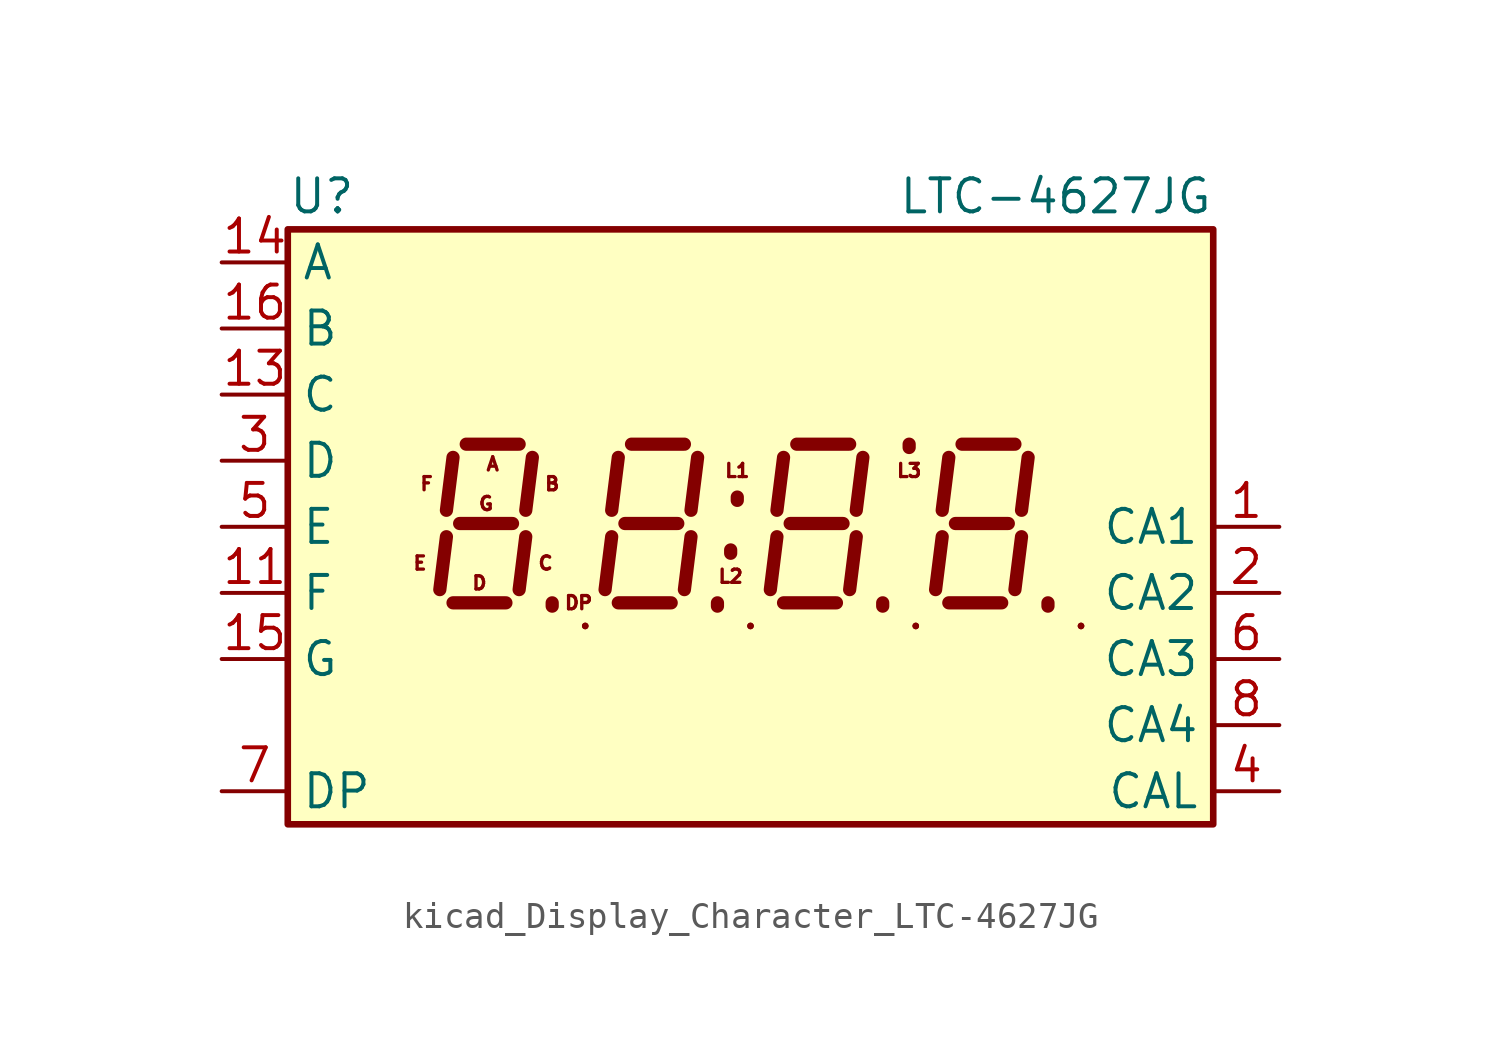
<source format=kicad_sym>
(kicad_symbol_lib
  (version 20220914)
  (generator kicad_symbol_editor)
  (symbol "kicad_Display_Character_LTC-4627JG"
    (property "Reference" "U"
      (at -17.78 12.7 0)
      (effects (font (size 1.27 1.27)) (justify left)))
    (property "Value" "LTC-4627JG"
      (at 17.78 12.7 0)
      (effects (font (size 1.27 1.27)) (justify right)))
    (symbol "kicad_Display_Character_LTC-4627JG_0_1"
      (rectangle (start -17.78 -11.43) (end 17.78 11.43) (stroke (width 0.254) (type default)) (fill (type background)))
      (rectangle (start -6.35 -3.81) (end -6.35 -3.81) (stroke (width 0.254) (type default)) (fill (type none)))
      (rectangle (start 0 -3.81) (end 0 -3.81) (stroke (width 0.254) (type default)) (fill (type none)))
      (polyline (pts (xy -6.35 -3.81) (xy -6.35 -3.81)) (stroke (width 0.254) (type default)) (fill (type none)))
      (polyline (pts (xy 0 -3.81) (xy 0 -3.81)) (stroke (width 0.254) (type default)) (fill (type none)))
      (polyline (pts (xy 6.35 -3.81) (xy 6.35 -3.81)) (stroke (width 0.254) (type default)) (fill (type none)))
      (polyline (pts (xy 12.7 -3.81) (xy 12.7 -3.81)) (stroke (width 0.254) (type default)) (fill (type none)))
      (rectangle (start 6.35 -3.81) (end 6.35 -3.81) (stroke (width 0.254) (type default)) (fill (type none)))
      (rectangle (start 12.7 -3.81) (end 12.7 -3.81) (stroke (width 0.254) (type default)) (fill (type none))))
    (symbol "kicad_Display_Character_LTC-4627JG_1_0"
      (text "A" (at -9.906 2.413 0) (effects (font (size 0.508 0.508))))
      (text "B" (at -7.62 1.651 0) (effects (font (size 0.508 0.508))))
      (text "C" (at -7.874 -1.397 0) (effects (font (size 0.508 0.508))))
      (text "D" (at -10.414 -2.159 0) (effects (font (size 0.508 0.508))))
      (text "DP" (at -6.604 -2.921 0) (effects (font (size 0.508 0.508))))
      (text "E" (at -12.7 -1.397 0) (effects (font (size 0.508 0.508))))
      (text "F" (at -12.446 1.651 0) (effects (font (size 0.508 0.508))))
      (text "G" (at -10.16 0.889 0) (effects (font (size 0.508 0.508))))
      (text "L1" (at -0.508 2.159 0) (effects (font (size 0.508 0.508))))
      (text "L2" (at -0.762 -1.905 0) (effects (font (size 0.508 0.508))))
      (text "L3" (at 6.096 2.159 0) (effects (font (size 0.508 0.508)))))
    (symbol "kicad_Display_Character_LTC-4627JG_1_1"
      (polyline (pts (xy -11.684 -0.381) (xy -11.938 -2.413)) (stroke (width 0.508) (type default)) (fill (type none)))
      (polyline (pts (xy -11.43 -2.921) (xy -9.398 -2.921)) (stroke (width 0.508) (type default)) (fill (type none)))
      (polyline (pts (xy -11.43 2.667) (xy -11.684 0.635)) (stroke (width 0.508) (type default)) (fill (type none)))
      (polyline (pts (xy -11.176 0.127) (xy -9.144 0.127)) (stroke (width 0.508) (type default)) (fill (type none)))
      (polyline (pts (xy -10.922 3.175) (xy -8.89 3.175)) (stroke (width 0.508) (type default)) (fill (type none)))
      (polyline (pts (xy -8.636 -0.381) (xy -8.89 -2.413)) (stroke (width 0.508) (type default)) (fill (type none)))
      (polyline (pts (xy -8.382 2.667) (xy -8.636 0.635)) (stroke (width 0.508) (type default)) (fill (type none)))
      (polyline (pts (xy -7.62 -3.048) (xy -7.62 -2.921)) (stroke (width 0.508) (type default)) (fill (type none)))
      (polyline (pts (xy -5.334 -0.381) (xy -5.588 -2.413)) (stroke (width 0.508) (type default)) (fill (type none)))
      (polyline (pts (xy -5.08 -2.921) (xy -3.048 -2.921)) (stroke (width 0.508) (type default)) (fill (type none)))
      (polyline (pts (xy -5.08 2.667) (xy -5.334 0.635)) (stroke (width 0.508) (type default)) (fill (type none)))
      (polyline (pts (xy -4.826 0.127) (xy -2.794 0.127)) (stroke (width 0.508) (type default)) (fill (type none)))
      (polyline (pts (xy -4.572 3.175) (xy -2.54 3.175)) (stroke (width 0.508) (type default)) (fill (type none)))
      (polyline (pts (xy -2.286 -0.381) (xy -2.54 -2.413)) (stroke (width 0.508) (type default)) (fill (type none)))
      (polyline (pts (xy -2.032 2.667) (xy -2.286 0.635)) (stroke (width 0.508) (type default)) (fill (type none)))
      (polyline (pts (xy -1.27 -3.048) (xy -1.27 -2.921)) (stroke (width 0.508) (type default)) (fill (type none)))
      (polyline (pts (xy -0.762 -1.016) (xy -0.762 -0.889)) (stroke (width 0.508) (type default)) (fill (type none)))
      (polyline (pts (xy -0.508 1.016) (xy -0.508 1.143)) (stroke (width 0.508) (type default)) (fill (type none)))
      (polyline (pts (xy 1.016 -0.381) (xy 0.762 -2.413)) (stroke (width 0.508) (type default)) (fill (type none)))
      (polyline (pts (xy 1.27 -2.921) (xy 3.302 -2.921)) (stroke (width 0.508) (type default)) (fill (type none)))
      (polyline (pts (xy 1.27 2.667) (xy 1.016 0.635)) (stroke (width 0.508) (type default)) (fill (type none)))
      (polyline (pts (xy 1.524 0.127) (xy 3.556 0.127)) (stroke (width 0.508) (type default)) (fill (type none)))
      (polyline (pts (xy 1.778 3.175) (xy 3.81 3.175)) (stroke (width 0.508) (type default)) (fill (type none)))
      (polyline (pts (xy 4.064 -0.381) (xy 3.81 -2.413)) (stroke (width 0.508) (type default)) (fill (type none)))
      (polyline (pts (xy 4.318 2.667) (xy 4.064 0.635)) (stroke (width 0.508) (type default)) (fill (type none)))
      (polyline (pts (xy 5.08 -3.048) (xy 5.08 -2.921)) (stroke (width 0.508) (type default)) (fill (type none)))
      (polyline (pts (xy 6.096 3.048) (xy 6.096 3.175)) (stroke (width 0.508) (type default)) (fill (type none)))
      (polyline (pts (xy 7.366 -0.381) (xy 7.112 -2.413)) (stroke (width 0.508) (type default)) (fill (type none)))
      (polyline (pts (xy 7.62 -2.921) (xy 9.652 -2.921)) (stroke (width 0.508) (type default)) (fill (type none)))
      (polyline (pts (xy 7.62 2.667) (xy 7.366 0.635)) (stroke (width 0.508) (type default)) (fill (type none)))
      (polyline (pts (xy 7.874 0.127) (xy 9.906 0.127)) (stroke (width 0.508) (type default)) (fill (type none)))
      (polyline (pts (xy 8.128 3.175) (xy 10.16 3.175)) (stroke (width 0.508) (type default)) (fill (type none)))
      (polyline (pts (xy 10.414 -0.381) (xy 10.16 -2.413)) (stroke (width 0.508) (type default)) (fill (type none)))
      (polyline (pts (xy 10.668 2.667) (xy 10.414 0.635)) (stroke (width 0.508) (type default)) (fill (type none)))
      (polyline (pts (xy 11.43 -3.048) (xy 11.43 -2.921)) (stroke (width 0.508) (type default)) (fill (type none)))
      (pin input line (at 20.32 0 180) (length 2.54) (name "CA1" (effects (font (size 1.27 1.27)))) (number "1" (effects (font (size 1.27 1.27)))))
      (pin input line (at -20.32 -2.54 0) (length 2.54) (name "F" (effects (font (size 1.27 1.27)))) (number "11" (effects (font (size 1.27 1.27)))))
      (pin input line (at -20.32 5.08 0) (length 2.54) (name "C" (effects (font (size 1.27 1.27)))) (number "13" (effects (font (size 1.27 1.27)))))
      (pin input line (at -20.32 10.16 0) (length 2.54) (name "A" (effects (font (size 1.27 1.27)))) (number "14" (effects (font (size 1.27 1.27)))))
      (pin input line (at -20.32 -5.08 0) (length 2.54) (name "G" (effects (font (size 1.27 1.27)))) (number "15" (effects (font (size 1.27 1.27)))))
      (pin input line (at -20.32 7.62 0) (length 2.54) (name "B" (effects (font (size 1.27 1.27)))) (number "16" (effects (font (size 1.27 1.27)))))
      (pin input line (at 20.32 -2.54 180) (length 2.54) (name "CA2" (effects (font (size 1.27 1.27)))) (number "2" (effects (font (size 1.27 1.27)))))
      (pin input line (at -20.32 2.54 0) (length 2.54) (name "D" (effects (font (size 1.27 1.27)))) (number "3" (effects (font (size 1.27 1.27)))))
      (pin input line (at 20.32 -10.16 180) (length 2.54) (name "CAL" (effects (font (size 1.27 1.27)))) (number "4" (effects (font (size 1.27 1.27)))))
      (pin input line (at -20.32 0 0) (length 2.54) (name "E" (effects (font (size 1.27 1.27)))) (number "5" (effects (font (size 1.27 1.27)))))
      (pin input line (at 20.32 -5.08 180) (length 2.54) (name "CA3" (effects (font (size 1.27 1.27)))) (number "6" (effects (font (size 1.27 1.27)))))
      (pin input line (at -20.32 -10.16 0) (length 2.54) (name "DP" (effects (font (size 1.27 1.27)))) (number "7" (effects (font (size 1.27 1.27)))))
      (pin input line (at 20.32 -7.62 180) (length 2.54) (name "CA4" (effects (font (size 1.27 1.27)))) (number "8" (effects (font (size 1.27 1.27)))))
      (pin no_connect line (at 17.78 7.62 180) (length 2.54) hide (name "NC" (effects (font (size 1.27 1.27)))) (number "9" (effects (font (size 1.27 1.27))))))))
</source>
